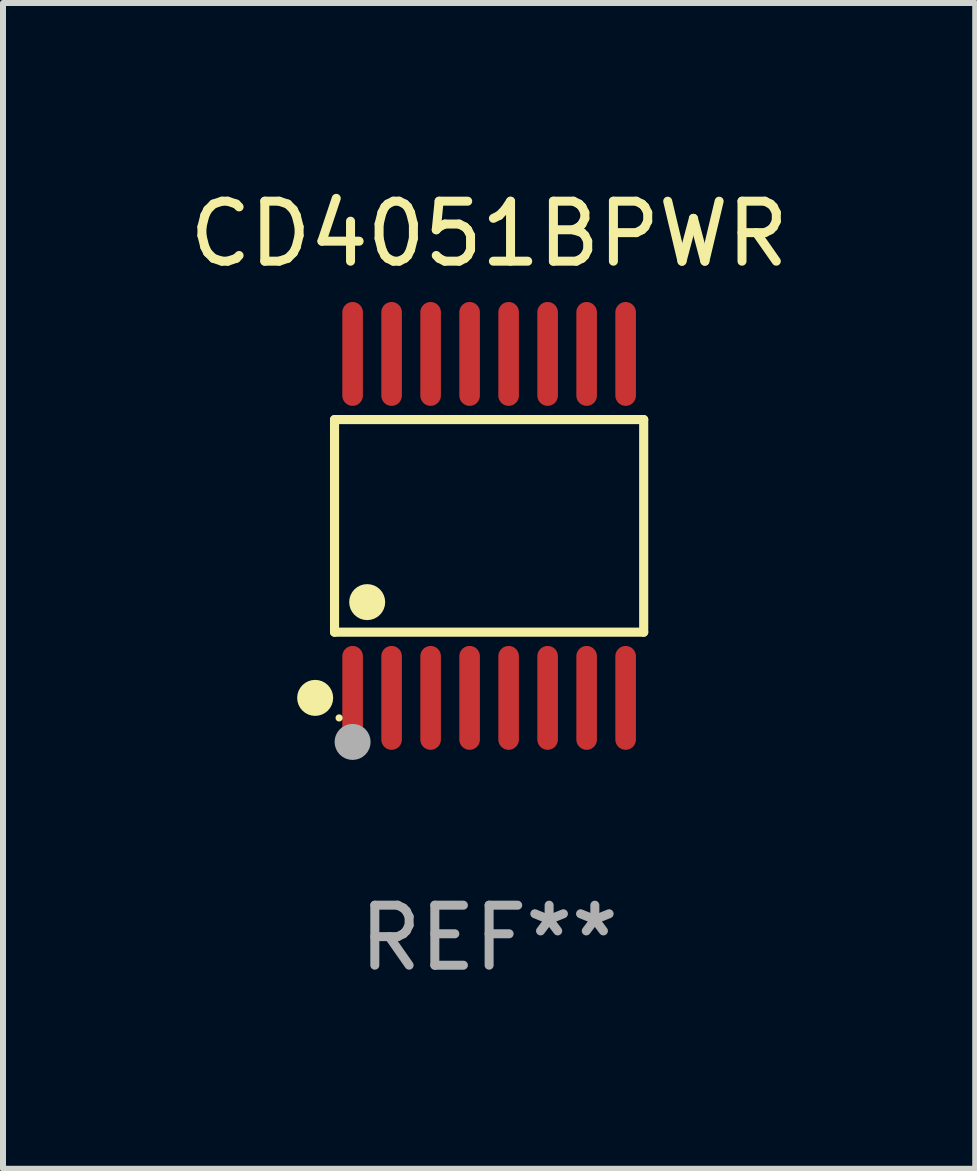
<source format=kicad_pcb>
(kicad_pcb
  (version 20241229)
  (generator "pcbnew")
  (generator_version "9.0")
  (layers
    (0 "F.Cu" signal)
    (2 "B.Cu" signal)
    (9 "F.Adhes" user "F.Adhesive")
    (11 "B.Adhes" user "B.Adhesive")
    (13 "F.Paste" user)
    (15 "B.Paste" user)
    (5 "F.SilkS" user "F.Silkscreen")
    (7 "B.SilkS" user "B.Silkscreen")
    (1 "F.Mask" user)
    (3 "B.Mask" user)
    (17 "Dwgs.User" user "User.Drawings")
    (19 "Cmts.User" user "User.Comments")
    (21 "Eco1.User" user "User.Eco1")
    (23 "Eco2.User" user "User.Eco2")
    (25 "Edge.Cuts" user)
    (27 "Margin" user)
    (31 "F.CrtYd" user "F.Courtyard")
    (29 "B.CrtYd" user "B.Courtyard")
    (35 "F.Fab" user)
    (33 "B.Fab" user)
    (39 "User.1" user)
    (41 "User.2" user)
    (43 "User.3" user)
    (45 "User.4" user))
  (footprint "CD4051BPWR"
    (layer "F.Cu")
    (at 5.101 5.714)
    (property "Reference" "CD4051BPWR" (at 0 -4.866 0) (layer "F.SilkS") (effects (font (size 1 1) (thickness 0.15))))
    (attr through_hole)
    (fp_line (start -2.576 -1.772) (end 2.576 -1.772) (stroke (width 0.152) (type solid)) (layer "F.SilkS"))
    (fp_line (start -2.576 1.771) (end -2.576 -1.772) (stroke (width 0.152) (type solid)) (layer "F.SilkS"))
    (fp_line (start 2.576 -1.772) (end 2.576 1.771) (stroke (width 0.152) (type solid)) (layer "F.SilkS"))
    (fp_line (start 2.576 1.771) (end -2.576 1.771) (stroke (width 0.152) (type solid)) (layer "F.SilkS"))
    (fp_circle (center -2.899 2.866) (end -2.749 2.866) (stroke (width 0.3) (type solid)) (fill no) (layer "F.SilkS"))
    (fp_circle (center -2.5 3.2) (end -2.47 3.2) (stroke (width 0.06) (type solid)) (fill no) (layer "F.SilkS"))
    (fp_circle (center -2.032 1.27) (end -1.882 1.27) (stroke (width 0.3) (type solid)) (fill no) (layer "F.SilkS"))
    (fp_circle (center -2.275 3.6) (end -2.125 3.6) (stroke (width 0.3) (type solid)) (fill no) (layer "F.Fab"))
    (fp_text user "REF**" (at 0 6.866 0) (layer "F.Fab") (effects (font (size 1 1) (thickness 0.15))))
    (pad "1" smd oval (at -2.275 2.866) (size 0.343 1.731) (layers "F.Cu" "F.Mask" "F.Paste"))
    (pad "2" smd oval (at -1.625 2.866) (size 0.343 1.731) (layers "F.Cu" "F.Mask" "F.Paste"))
    (pad "3" smd oval (at -0.975 2.866) (size 0.343 1.731) (layers "F.Cu" "F.Mask" "F.Paste"))
    (pad "4" smd oval (at -0.325 2.866) (size 0.343 1.731) (layers "F.Cu" "F.Mask" "F.Paste"))
    (pad "5" smd oval (at 0.325 2.866) (size 0.343 1.731) (layers "F.Cu" "F.Mask" "F.Paste"))
    (pad "6" smd oval (at 0.975 2.866) (size 0.343 1.731) (layers "F.Cu" "F.Mask" "F.Paste"))
    (pad "7" smd oval (at 1.625 2.866) (size 0.343 1.731) (layers "F.Cu" "F.Mask" "F.Paste"))
    (pad "8" smd oval (at 2.275 2.866) (size 0.343 1.731) (layers "F.Cu" "F.Mask" "F.Paste"))
    (pad "9" smd oval (at 2.275 -2.866) (size 0.343 1.731) (layers "F.Cu" "F.Mask" "F.Paste"))
    (pad "10" smd oval (at 1.625 -2.866) (size 0.343 1.731) (layers "F.Cu" "F.Mask" "F.Paste"))
    (pad "11" smd oval (at 0.975 -2.866) (size 0.343 1.731) (layers "F.Cu" "F.Mask" "F.Paste"))
    (pad "12" smd oval (at 0.325 -2.866) (size 0.343 1.731) (layers "F.Cu" "F.Mask" "F.Paste"))
    (pad "13" smd oval (at -0.325 -2.866) (size 0.343 1.731) (layers "F.Cu" "F.Mask" "F.Paste"))
    (pad "14" smd oval (at -0.975 -2.866) (size 0.343 1.731) (layers "F.Cu" "F.Mask" "F.Paste"))
    (pad "15" smd oval (at -1.625 -2.866) (size 0.343 1.731) (layers "F.Cu" "F.Mask" "F.Paste"))
    (pad "16" smd oval (at -2.275 -2.866) (size 0.343 1.731) (layers "F.Cu" "F.Mask" "F.Paste")))
  (gr_rect
    (start -3 -3)
    (end 13.202 16.428)
    (stroke (width 0.1) (type default))
    (fill no)
    (layer "Edge.Cuts")))
</source>
